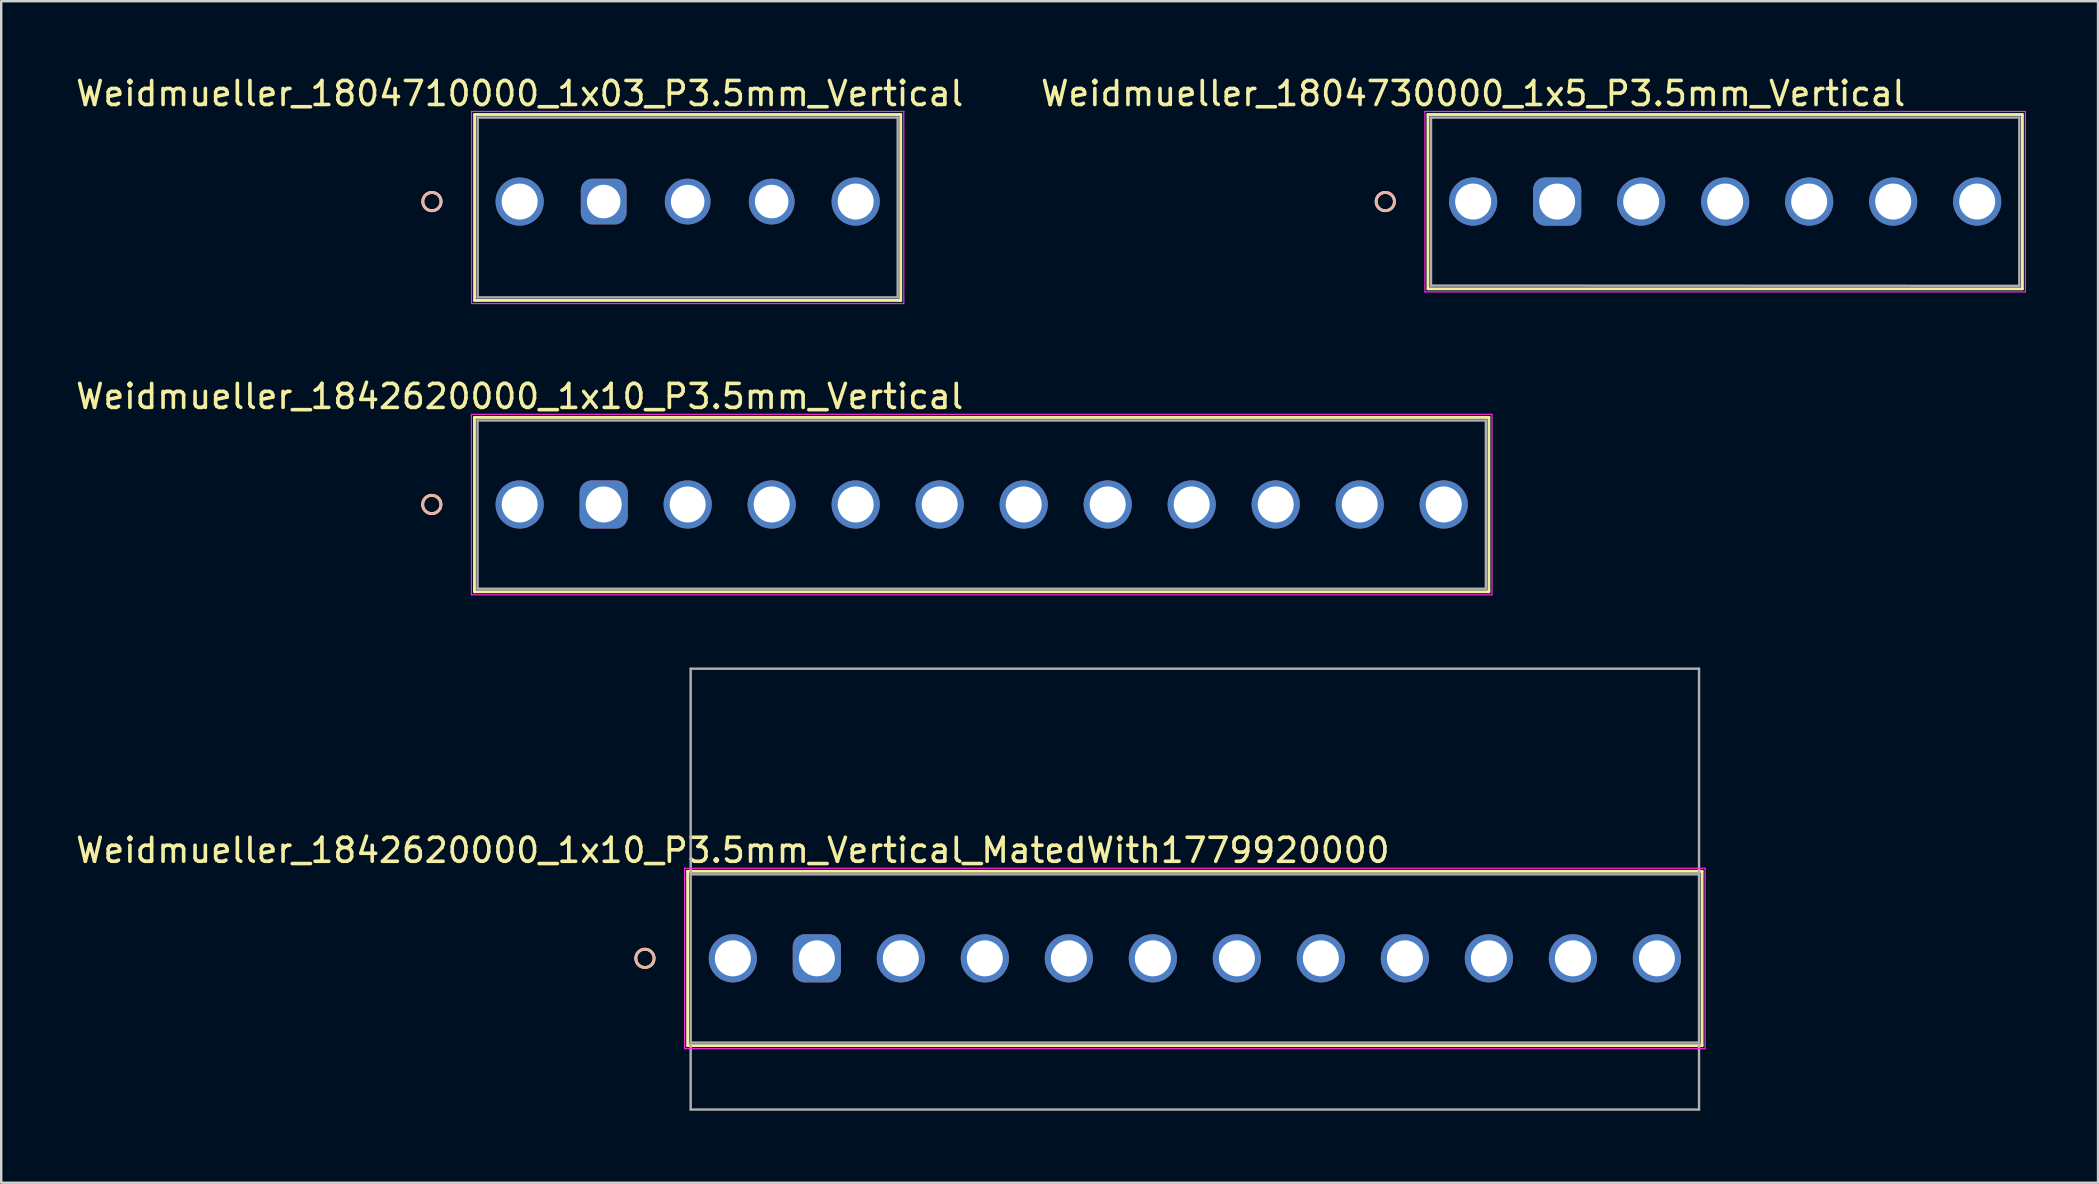
<source format=kicad_pcb>
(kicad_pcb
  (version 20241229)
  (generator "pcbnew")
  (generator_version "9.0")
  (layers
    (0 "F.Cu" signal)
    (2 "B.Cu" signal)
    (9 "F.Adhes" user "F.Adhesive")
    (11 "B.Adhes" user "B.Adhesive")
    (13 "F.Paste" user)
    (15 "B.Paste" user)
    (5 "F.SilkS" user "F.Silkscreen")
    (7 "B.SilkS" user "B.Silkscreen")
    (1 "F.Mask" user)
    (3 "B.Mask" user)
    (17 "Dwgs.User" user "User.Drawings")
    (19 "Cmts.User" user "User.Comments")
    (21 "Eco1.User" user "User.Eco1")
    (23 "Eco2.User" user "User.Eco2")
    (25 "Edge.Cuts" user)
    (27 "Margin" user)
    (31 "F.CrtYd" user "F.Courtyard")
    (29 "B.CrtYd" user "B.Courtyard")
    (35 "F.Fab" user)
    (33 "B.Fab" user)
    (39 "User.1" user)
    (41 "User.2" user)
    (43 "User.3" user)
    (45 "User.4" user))
  (footprint "Weidmueller_1842620000_1x10_P3.5mm_Vertical_MatedWith1779920000"
    (layer "F.Cu")
    (at 30.982 36.878)
    (property "Reference" "Weidmueller_1842620000_1x10_P3.5mm_Vertical_MatedWith1779920000" (at -3.5 -4.5 0) (layer "F.SilkS") (effects (font (size 1 1) (thickness 0.15))))
    (attr through_hole)
    (fp_line (start -5.383 -3.627) (end -5.383 3.637) (stroke (width 0.12) (type solid)) (layer "F.SilkS"))
    (fp_line (start -5.383 3.637) (end 36.883 3.637) (stroke (width 0.12) (type solid)) (layer "F.SilkS"))
    (fp_line (start 36.883 -3.627) (end -5.383 -3.627) (stroke (width 0.12) (type solid)) (layer "F.SilkS"))
    (fp_line (start 36.883 3.637) (end 36.883 -3.627) (stroke (width 0.12) (type solid)) (layer "F.SilkS"))
    (fp_circle (center -7.161 0) (end -6.78 0) (stroke (width 0.12) (type solid)) (fill no) (layer "F.SilkS"))
    (fp_circle (center -7.161 0) (end -6.78 0) (stroke (width 0.12) (type solid)) (fill no) (layer "B.SilkS"))
    (fp_line (start -5.51 -3.754) (end -5.51 3.764) (stroke (width 0.05) (type solid)) (layer "F.CrtYd"))
    (fp_line (start -5.51 3.764) (end 37.01 3.764) (stroke (width 0.05) (type solid)) (layer "F.CrtYd"))
    (fp_line (start 37.01 -3.754) (end -5.51 -3.754) (stroke (width 0.05) (type solid)) (layer "F.CrtYd"))
    (fp_line (start 37.01 3.764) (end 37.01 -3.754) (stroke (width 0.05) (type solid)) (layer "F.CrtYd"))
    (fp_line (start -5.256 -12.07) (end -5.256 6.3) (stroke (width 0.1) (type solid)) (layer "F.Fab"))
    (fp_line (start -5.256 -12.07) (end 36.756 -12.07) (stroke (width 0.1) (type solid)) (layer "F.Fab"))
    (fp_line (start -5.256 3.51) (end 36.756 3.51) (stroke (width 0.1) (type solid)) (layer "F.Fab"))
    (fp_line (start 36.756 -3.5) (end -5.256 -3.5) (stroke (width 0.1) (type solid)) (layer "F.Fab"))
    (fp_line (start 36.756 6.3) (end -5.256 6.3) (stroke (width 0.1) (type solid)) (layer "F.Fab"))
    (fp_line (start 36.756 6.3) (end 36.756 -12.07) (stroke (width 0.1) (type solid)) (layer "F.Fab"))
    (pad "" np_thru_hole circle (at -3.5 0) (size 2.007 2.007) (drill 1.499) (layers "*.Cu" "*.Mask"))
    (pad "" np_thru_hole circle (at 35 0) (size 2.007 2.007) (drill 1.499) (layers "*.Cu" "*.Mask"))
    (pad "1" thru_hole roundrect (at 0 0) (size 2.007 2.007) (drill 1.499) (layers "*.Cu" "*.Mask") (roundrect_rratio 0.25))
    (pad "2" thru_hole circle (at 3.5 0) (size 2.007 2.007) (drill 1.499) (layers "*.Cu" "*.Mask"))
    (pad "3" thru_hole circle (at 7 0) (size 2.007 2.007) (drill 1.499) (layers "*.Cu" "*.Mask"))
    (pad "4" thru_hole circle (at 10.5 0) (size 2.007 2.007) (drill 1.499) (layers "*.Cu" "*.Mask"))
    (pad "5" thru_hole circle (at 14 0) (size 2.007 2.007) (drill 1.499) (layers "*.Cu" "*.Mask"))
    (pad "6" thru_hole circle (at 17.5 0) (size 2.007 2.007) (drill 1.499) (layers "*.Cu" "*.Mask"))
    (pad "7" thru_hole circle (at 21 0) (size 2.007 2.007) (drill 1.499) (layers "*.Cu" "*.Mask"))
    (pad "8" thru_hole circle (at 24.5 0) (size 2.007 2.007) (drill 1.499) (layers "*.Cu" "*.Mask"))
    (pad "9" thru_hole circle (at 28 0) (size 2.007 2.007) (drill 1.499) (layers "*.Cu" "*.Mask"))
    (pad "10" thru_hole circle (at 31.5 0) (size 2.007 2.007) (drill 1.499) (layers "*.Cu" "*.Mask")))
  (footprint "Weidmueller_1804730000_1x5_P3.5mm_Vertical"
    (layer "F.Cu")
    (at 61.827 5.348)
    (property "Reference" "Weidmueller_1804730000_1x5_P3.5mm_Vertical" (at -3.5 -4.5 0) (layer "F.SilkS") (effects (font (size 1 1) (thickness 0.15))))
    (attr through_hole)
    (fp_line (start -5.383 -3.627) (end -5.383 3.637) (stroke (width 0.12) (type solid)) (layer "F.SilkS"))
    (fp_line (start -5.383 3.637) (end 19.383 3.637) (stroke (width 0.12) (type solid)) (layer "F.SilkS"))
    (fp_line (start 19.383 -3.627) (end -5.383 -3.627) (stroke (width 0.12) (type solid)) (layer "F.SilkS"))
    (fp_line (start 19.383 3.637) (end 19.383 -3.627) (stroke (width 0.12) (type solid)) (layer "F.SilkS"))
    (fp_circle (center -7.161 0) (end -6.78 0) (stroke (width 0.12) (type solid)) (fill no) (layer "F.SilkS"))
    (fp_circle (center -7.161 0) (end -6.78 0) (stroke (width 0.12) (type solid)) (fill no) (layer "B.SilkS"))
    (fp_line (start -5.51 -3.754) (end -5.51 3.764) (stroke (width 0.05) (type solid)) (layer "F.CrtYd"))
    (fp_line (start -5.51 3.764) (end 19.51 3.764) (stroke (width 0.05) (type solid)) (layer "F.CrtYd"))
    (fp_line (start 19.51 -3.754) (end -5.51 -3.754) (stroke (width 0.05) (type solid)) (layer "F.CrtYd"))
    (fp_line (start 19.51 3.764) (end 19.51 -3.754) (stroke (width 0.05) (type solid)) (layer "F.CrtYd"))
    (fp_line (start -5.262 3.5) (end 19.256 3.51) (stroke (width 0.1) (type solid)) (layer "F.Fab"))
    (fp_line (start -5.256 -3.5) (end -5.256 3.51) (stroke (width 0.1) (type solid)) (layer "F.Fab"))
    (fp_line (start 19.256 -3.5) (end -5.256 -3.5) (stroke (width 0.1) (type solid)) (layer "F.Fab"))
    (fp_line (start 19.256 3.51) (end 19.256 -3.5) (stroke (width 0.1) (type solid)) (layer "F.Fab"))
    (pad "" np_thru_hole circle (at -3.5 0) (size 2.007 2.007) (drill 1.499) (layers "*.Cu" "*.Mask"))
    (pad "" np_thru_hole circle (at 17.5 0) (size 2.007 2.007) (drill 1.499) (layers "*.Cu" "*.Mask"))
    (pad "1" thru_hole roundrect (at 0 0) (size 2.007 2.007) (drill 1.499) (layers "*.Cu" "*.Mask") (roundrect_rratio 0.25))
    (pad "2" thru_hole circle (at 3.5 0) (size 2.007 2.007) (drill 1.499) (layers "*.Cu" "*.Mask"))
    (pad "3" thru_hole circle (at 7 0) (size 2.007 2.007) (drill 1.499) (layers "*.Cu" "*.Mask"))
    (pad "4" thru_hole circle (at 10.5 0) (size 2.007 2.007) (drill 1.499) (layers "*.Cu" "*.Mask"))
    (pad "5" thru_hole circle (at 14 0) (size 2.007 2.007) (drill 1.499) (layers "*.Cu" "*.Mask")))
  (footprint "Weidmueller_1804710000_1x03_P3.5mm_Vertical"
    (layer "F.Cu")
    (at 22.101 5.348)
    (property "Reference" "Weidmueller_1804710000_1x03_P3.5mm_Vertical" (at -3.5 -4.5 0) (layer "F.SilkS") (effects (font (size 1 1) (thickness 0.15))))
    (attr through_hole)
    (fp_line (start -5.377 -3.627) (end -5.377 4.12) (stroke (width 0.12) (type solid)) (layer "F.SilkS"))
    (fp_line (start -5.377 4.12) (end 12.377 4.12) (stroke (width 0.12) (type solid)) (layer "F.SilkS"))
    (fp_line (start 12.377 -3.627) (end -5.377 -3.627) (stroke (width 0.12) (type solid)) (layer "F.SilkS"))
    (fp_line (start 12.377 4.12) (end 12.377 -3.627) (stroke (width 0.12) (type solid)) (layer "F.SilkS"))
    (fp_circle (center -7.155 0) (end -6.774 0) (stroke (width 0.12) (type solid)) (fill no) (layer "F.SilkS"))
    (fp_circle (center -7.155 0) (end -6.774 0) (stroke (width 0.12) (type solid)) (fill no) (layer "B.SilkS"))
    (fp_line (start -5.504 -3.754) (end -5.504 4.247) (stroke (width 0.05) (type solid)) (layer "F.CrtYd"))
    (fp_line (start -5.504 4.247) (end 12.504 4.247) (stroke (width 0.05) (type solid)) (layer "F.CrtYd"))
    (fp_line (start 12.504 -3.754) (end -5.504 -3.754) (stroke (width 0.05) (type solid)) (layer "F.CrtYd"))
    (fp_line (start 12.504 4.247) (end 12.504 -3.754) (stroke (width 0.05) (type solid)) (layer "F.CrtYd"))
    (fp_line (start -5.25 -3.5) (end -5.25 3.993) (stroke (width 0.1) (type solid)) (layer "F.Fab"))
    (fp_line (start -5.25 3.993) (end 12.25 3.993) (stroke (width 0.1) (type solid)) (layer "F.Fab"))
    (fp_line (start 12.25 -3.5) (end -5.25 -3.5) (stroke (width 0.1) (type solid)) (layer "F.Fab"))
    (fp_line (start 12.25 3.993) (end 12.25 -3.5) (stroke (width 0.1) (type solid)) (layer "F.Fab"))
    (pad "" np_thru_hole circle (at -3.5 0) (size 2.007 2.007) (drill 1.499) (layers "*.Cu" "*.Mask"))
    (pad "" np_thru_hole circle (at 10.5 0) (size 2.007 2.007) (drill 1.499) (layers "*.Cu" "*.Mask"))
    (pad "1" thru_hole roundrect (at 0 0) (size 1.905 1.905) (drill 1.397) (layers "*.Cu" "*.Mask") (roundrect_rratio 0.25))
    (pad "2" thru_hole circle (at 3.5 0) (size 1.905 1.905) (drill 1.397) (layers "*.Cu" "*.Mask"))
    (pad "3" thru_hole circle (at 7 0) (size 1.905 1.905) (drill 1.397) (layers "*.Cu" "*.Mask")))
  (footprint "Weidmueller_1842620000_1x10_P3.5mm_Vertical"
    (layer "F.Cu")
    (at 22.101 17.968)
    (property "Reference" "Weidmueller_1842620000_1x10_P3.5mm_Vertical" (at -3.5 -4.5 0) (layer "F.SilkS") (effects (font (size 1 1) (thickness 0.15))))
    (attr through_hole)
    (fp_line (start -5.383 -3.627) (end -5.383 3.637) (stroke (width 0.12) (type solid)) (layer "F.SilkS"))
    (fp_line (start -5.383 3.637) (end 36.883 3.637) (stroke (width 0.12) (type solid)) (layer "F.SilkS"))
    (fp_line (start 36.883 -3.627) (end -5.383 -3.627) (stroke (width 0.12) (type solid)) (layer "F.SilkS"))
    (fp_line (start 36.883 3.637) (end 36.883 -3.627) (stroke (width 0.12) (type solid)) (layer "F.SilkS"))
    (fp_circle (center -7.161 0) (end -6.78 0) (stroke (width 0.12) (type solid)) (fill no) (layer "F.SilkS"))
    (fp_circle (center -7.161 0) (end -6.78 0) (stroke (width 0.12) (type solid)) (fill no) (layer "B.SilkS"))
    (fp_line (start -5.51 -3.754) (end -5.51 3.764) (stroke (width 0.05) (type solid)) (layer "F.CrtYd"))
    (fp_line (start -5.51 3.764) (end 37.01 3.764) (stroke (width 0.05) (type solid)) (layer "F.CrtYd"))
    (fp_line (start 37.01 -3.754) (end -5.51 -3.754) (stroke (width 0.05) (type solid)) (layer "F.CrtYd"))
    (fp_line (start 37.01 3.764) (end 37.01 -3.754) (stroke (width 0.05) (type solid)) (layer "F.CrtYd"))
    (fp_line (start -5.256 -3.5) (end -5.256 3.51) (stroke (width 0.1) (type solid)) (layer "F.Fab"))
    (fp_line (start -5.256 3.51) (end 36.756 3.51) (stroke (width 0.1) (type solid)) (layer "F.Fab"))
    (fp_line (start 36.756 -3.5) (end -5.256 -3.5) (stroke (width 0.1) (type solid)) (layer "F.Fab"))
    (fp_line (start 36.756 3.51) (end 36.756 -3.5) (stroke (width 0.1) (type solid)) (layer "F.Fab"))
    (pad "" np_thru_hole circle (at -3.5 0) (size 2.007 2.007) (drill 1.499) (layers "*.Cu" "*.Mask"))
    (pad "" np_thru_hole circle (at 35 0) (size 2.007 2.007) (drill 1.499) (layers "*.Cu" "*.Mask"))
    (pad "1" thru_hole roundrect (at 0 0) (size 2.007 2.007) (drill 1.499) (layers "*.Cu" "*.Mask") (roundrect_rratio 0.25))
    (pad "2" thru_hole circle (at 3.5 0) (size 2.007 2.007) (drill 1.499) (layers "*.Cu" "*.Mask"))
    (pad "3" thru_hole circle (at 7 0) (size 2.007 2.007) (drill 1.499) (layers "*.Cu" "*.Mask"))
    (pad "4" thru_hole circle (at 10.5 0) (size 2.007 2.007) (drill 1.499) (layers "*.Cu" "*.Mask"))
    (pad "5" thru_hole circle (at 14 0) (size 2.007 2.007) (drill 1.499) (layers "*.Cu" "*.Mask"))
    (pad "6" thru_hole circle (at 17.5 0) (size 2.007 2.007) (drill 1.499) (layers "*.Cu" "*.Mask"))
    (pad "7" thru_hole circle (at 21 0) (size 2.007 2.007) (drill 1.499) (layers "*.Cu" "*.Mask"))
    (pad "8" thru_hole circle (at 24.5 0) (size 2.007 2.007) (drill 1.499) (layers "*.Cu" "*.Mask"))
    (pad "9" thru_hole circle (at 28 0) (size 2.007 2.007) (drill 1.499) (layers "*.Cu" "*.Mask"))
    (pad "10" thru_hole circle (at 31.5 0) (size 2.007 2.007) (drill 1.499) (layers "*.Cu" "*.Mask")))
  (gr_rect
    (start -3 -3)
    (end 84.362 46.228)
    (stroke (width 0.1) (type default))
    (fill no)
    (layer "Edge.Cuts")))
</source>
